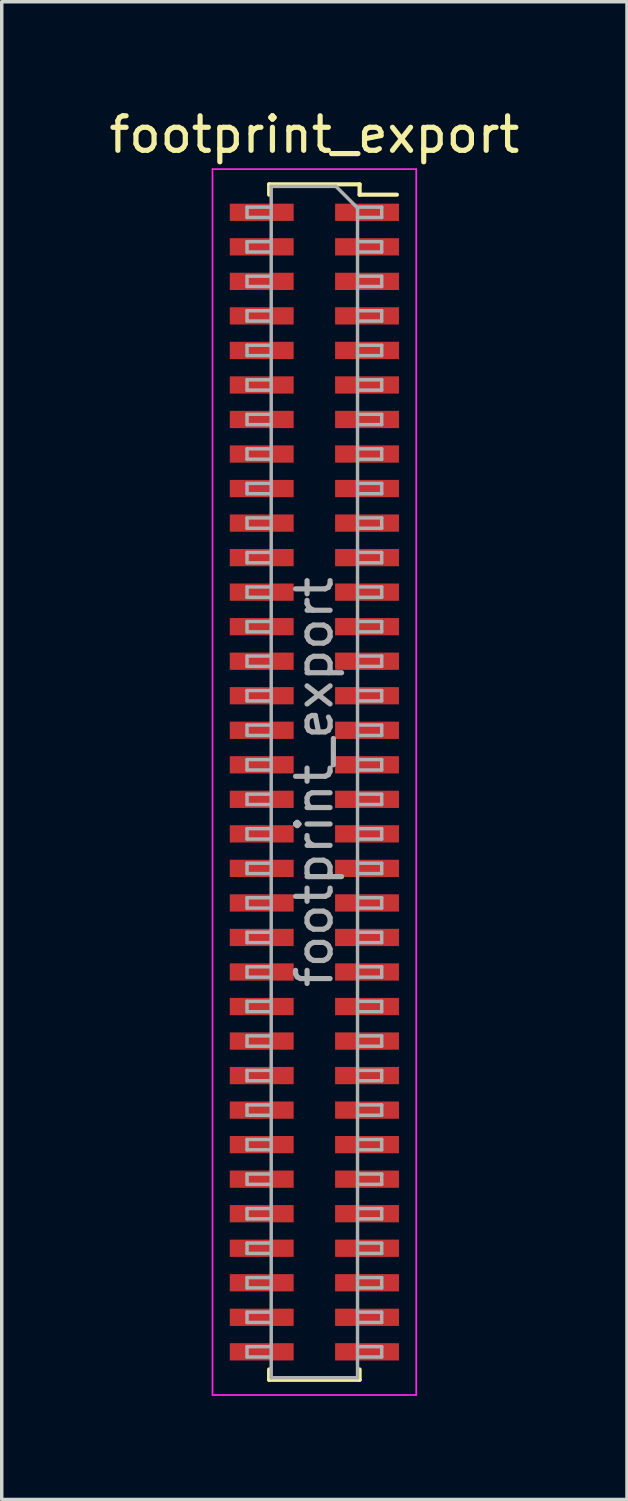
<source format=kicad_pcb>
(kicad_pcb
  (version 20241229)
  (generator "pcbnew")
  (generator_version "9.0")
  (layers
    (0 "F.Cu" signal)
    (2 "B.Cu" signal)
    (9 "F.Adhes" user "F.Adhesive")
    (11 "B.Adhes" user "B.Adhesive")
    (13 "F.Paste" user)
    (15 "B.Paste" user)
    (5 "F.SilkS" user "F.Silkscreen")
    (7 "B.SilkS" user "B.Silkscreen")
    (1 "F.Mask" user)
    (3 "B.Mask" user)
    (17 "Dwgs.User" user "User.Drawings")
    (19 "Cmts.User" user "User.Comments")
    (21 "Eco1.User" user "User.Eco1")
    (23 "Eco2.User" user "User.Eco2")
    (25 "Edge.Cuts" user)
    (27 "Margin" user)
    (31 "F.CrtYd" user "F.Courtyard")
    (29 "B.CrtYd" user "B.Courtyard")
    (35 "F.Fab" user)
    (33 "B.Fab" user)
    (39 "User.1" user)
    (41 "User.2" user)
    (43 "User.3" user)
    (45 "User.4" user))
  (footprint "footprint_export"
    (layer "F.Cu")
    (at 6.054 19.598)
    (property "Reference" "footprint_export" (at 0 -18.75 0) (layer "F.SilkS") (effects (font (size 1 1) (thickness 0.15))))
    (attr smd)
    (fp_line (start -1.31 -17.31) (end -1.31 -17.01) (stroke (width 0.12) (type solid)) (layer "F.SilkS"))
    (fp_line (start -1.31 -17.31) (end 1.31 -17.31) (stroke (width 0.12) (type solid)) (layer "F.SilkS"))
    (fp_line (start -1.31 17.01) (end -1.31 17.31) (stroke (width 0.12) (type solid)) (layer "F.SilkS"))
    (fp_line (start -1.31 17.31) (end 1.31 17.31) (stroke (width 0.12) (type solid)) (layer "F.SilkS"))
    (fp_line (start 1.31 -17.31) (end 1.31 -17.01) (stroke (width 0.12) (type solid)) (layer "F.SilkS"))
    (fp_line (start 1.31 -17.01) (end 2.39 -17.01) (stroke (width 0.12) (type solid)) (layer "F.SilkS"))
    (fp_line (start 1.31 17.01) (end 1.31 17.31) (stroke (width 0.12) (type solid)) (layer "F.SilkS"))
    (fp_line (start -2.95 -17.75) (end 2.95 -17.75) (stroke (width 0.05) (type solid)) (layer "F.CrtYd"))
    (fp_line (start -2.95 17.75) (end -2.95 -17.75) (stroke (width 0.05) (type solid)) (layer "F.CrtYd"))
    (fp_line (start 2.95 -17.75) (end 2.95 17.75) (stroke (width 0.05) (type solid)) (layer "F.CrtYd"))
    (fp_line (start 2.95 17.75) (end -2.95 17.75) (stroke (width 0.05) (type solid)) (layer "F.CrtYd"))
    (fp_line (start -1.95 -16.65) (end -1.25 -16.65) (stroke (width 0.1) (type solid)) (layer "F.Fab"))
    (fp_line (start -1.95 -16.35) (end -1.95 -16.65) (stroke (width 0.1) (type solid)) (layer "F.Fab"))
    (fp_line (start -1.95 -15.65) (end -1.25 -15.65) (stroke (width 0.1) (type solid)) (layer "F.Fab"))
    (fp_line (start -1.95 -15.35) (end -1.95 -15.65) (stroke (width 0.1) (type solid)) (layer "F.Fab"))
    (fp_line (start -1.95 -14.65) (end -1.25 -14.65) (stroke (width 0.1) (type solid)) (layer "F.Fab"))
    (fp_line (start -1.95 -14.35) (end -1.95 -14.65) (stroke (width 0.1) (type solid)) (layer "F.Fab"))
    (fp_line (start -1.95 -13.65) (end -1.25 -13.65) (stroke (width 0.1) (type solid)) (layer "F.Fab"))
    (fp_line (start -1.95 -13.35) (end -1.95 -13.65) (stroke (width 0.1) (type solid)) (layer "F.Fab"))
    (fp_line (start -1.95 -12.65) (end -1.25 -12.65) (stroke (width 0.1) (type solid)) (layer "F.Fab"))
    (fp_line (start -1.95 -12.35) (end -1.95 -12.65) (stroke (width 0.1) (type solid)) (layer "F.Fab"))
    (fp_line (start -1.95 -11.65) (end -1.25 -11.65) (stroke (width 0.1) (type solid)) (layer "F.Fab"))
    (fp_line (start -1.95 -11.35) (end -1.95 -11.65) (stroke (width 0.1) (type solid)) (layer "F.Fab"))
    (fp_line (start -1.95 -10.65) (end -1.25 -10.65) (stroke (width 0.1) (type solid)) (layer "F.Fab"))
    (fp_line (start -1.95 -10.35) (end -1.95 -10.65) (stroke (width 0.1) (type solid)) (layer "F.Fab"))
    (fp_line (start -1.95 -9.65) (end -1.25 -9.65) (stroke (width 0.1) (type solid)) (layer "F.Fab"))
    (fp_line (start -1.95 -9.35) (end -1.95 -9.65) (stroke (width 0.1) (type solid)) (layer "F.Fab"))
    (fp_line (start -1.95 -8.65) (end -1.25 -8.65) (stroke (width 0.1) (type solid)) (layer "F.Fab"))
    (fp_line (start -1.95 -8.35) (end -1.95 -8.65) (stroke (width 0.1) (type solid)) (layer "F.Fab"))
    (fp_line (start -1.95 -7.65) (end -1.25 -7.65) (stroke (width 0.1) (type solid)) (layer "F.Fab"))
    (fp_line (start -1.95 -7.35) (end -1.95 -7.65) (stroke (width 0.1) (type solid)) (layer "F.Fab"))
    (fp_line (start -1.95 -6.65) (end -1.25 -6.65) (stroke (width 0.1) (type solid)) (layer "F.Fab"))
    (fp_line (start -1.95 -6.35) (end -1.95 -6.65) (stroke (width 0.1) (type solid)) (layer "F.Fab"))
    (fp_line (start -1.95 -5.65) (end -1.25 -5.65) (stroke (width 0.1) (type solid)) (layer "F.Fab"))
    (fp_line (start -1.95 -5.35) (end -1.95 -5.65) (stroke (width 0.1) (type solid)) (layer "F.Fab"))
    (fp_line (start -1.95 -4.65) (end -1.25 -4.65) (stroke (width 0.1) (type solid)) (layer "F.Fab"))
    (fp_line (start -1.95 -4.35) (end -1.95 -4.65) (stroke (width 0.1) (type solid)) (layer "F.Fab"))
    (fp_line (start -1.95 -3.65) (end -1.25 -3.65) (stroke (width 0.1) (type solid)) (layer "F.Fab"))
    (fp_line (start -1.95 -3.35) (end -1.95 -3.65) (stroke (width 0.1) (type solid)) (layer "F.Fab"))
    (fp_line (start -1.95 -2.65) (end -1.25 -2.65) (stroke (width 0.1) (type solid)) (layer "F.Fab"))
    (fp_line (start -1.95 -2.35) (end -1.95 -2.65) (stroke (width 0.1) (type solid)) (layer "F.Fab"))
    (fp_line (start -1.95 -1.65) (end -1.25 -1.65) (stroke (width 0.1) (type solid)) (layer "F.Fab"))
    (fp_line (start -1.95 -1.35) (end -1.95 -1.65) (stroke (width 0.1) (type solid)) (layer "F.Fab"))
    (fp_line (start -1.95 -0.65) (end -1.25 -0.65) (stroke (width 0.1) (type solid)) (layer "F.Fab"))
    (fp_line (start -1.95 -0.35) (end -1.95 -0.65) (stroke (width 0.1) (type solid)) (layer "F.Fab"))
    (fp_line (start -1.95 0.35) (end -1.25 0.35) (stroke (width 0.1) (type solid)) (layer "F.Fab"))
    (fp_line (start -1.95 0.65) (end -1.95 0.35) (stroke (width 0.1) (type solid)) (layer "F.Fab"))
    (fp_line (start -1.95 1.35) (end -1.25 1.35) (stroke (width 0.1) (type solid)) (layer "F.Fab"))
    (fp_line (start -1.95 1.65) (end -1.95 1.35) (stroke (width 0.1) (type solid)) (layer "F.Fab"))
    (fp_line (start -1.95 2.35) (end -1.25 2.35) (stroke (width 0.1) (type solid)) (layer "F.Fab"))
    (fp_line (start -1.95 2.65) (end -1.95 2.35) (stroke (width 0.1) (type solid)) (layer "F.Fab"))
    (fp_line (start -1.95 3.35) (end -1.25 3.35) (stroke (width 0.1) (type solid)) (layer "F.Fab"))
    (fp_line (start -1.95 3.65) (end -1.95 3.35) (stroke (width 0.1) (type solid)) (layer "F.Fab"))
    (fp_line (start -1.95 4.35) (end -1.25 4.35) (stroke (width 0.1) (type solid)) (layer "F.Fab"))
    (fp_line (start -1.95 4.65) (end -1.95 4.35) (stroke (width 0.1) (type solid)) (layer "F.Fab"))
    (fp_line (start -1.95 5.35) (end -1.25 5.35) (stroke (width 0.1) (type solid)) (layer "F.Fab"))
    (fp_line (start -1.95 5.65) (end -1.95 5.35) (stroke (width 0.1) (type solid)) (layer "F.Fab"))
    (fp_line (start -1.95 6.35) (end -1.25 6.35) (stroke (width 0.1) (type solid)) (layer "F.Fab"))
    (fp_line (start -1.95 6.65) (end -1.95 6.35) (stroke (width 0.1) (type solid)) (layer "F.Fab"))
    (fp_line (start -1.95 7.35) (end -1.25 7.35) (stroke (width 0.1) (type solid)) (layer "F.Fab"))
    (fp_line (start -1.95 7.65) (end -1.95 7.35) (stroke (width 0.1) (type solid)) (layer "F.Fab"))
    (fp_line (start -1.95 8.35) (end -1.25 8.35) (stroke (width 0.1) (type solid)) (layer "F.Fab"))
    (fp_line (start -1.95 8.65) (end -1.95 8.35) (stroke (width 0.1) (type solid)) (layer "F.Fab"))
    (fp_line (start -1.95 9.35) (end -1.25 9.35) (stroke (width 0.1) (type solid)) (layer "F.Fab"))
    (fp_line (start -1.95 9.65) (end -1.95 9.35) (stroke (width 0.1) (type solid)) (layer "F.Fab"))
    (fp_line (start -1.95 10.35) (end -1.25 10.35) (stroke (width 0.1) (type solid)) (layer "F.Fab"))
    (fp_line (start -1.95 10.65) (end -1.95 10.35) (stroke (width 0.1) (type solid)) (layer "F.Fab"))
    (fp_line (start -1.95 11.35) (end -1.25 11.35) (stroke (width 0.1) (type solid)) (layer "F.Fab"))
    (fp_line (start -1.95 11.65) (end -1.95 11.35) (stroke (width 0.1) (type solid)) (layer "F.Fab"))
    (fp_line (start -1.95 12.35) (end -1.25 12.35) (stroke (width 0.1) (type solid)) (layer "F.Fab"))
    (fp_line (start -1.95 12.65) (end -1.95 12.35) (stroke (width 0.1) (type solid)) (layer "F.Fab"))
    (fp_line (start -1.95 13.35) (end -1.25 13.35) (stroke (width 0.1) (type solid)) (layer "F.Fab"))
    (fp_line (start -1.95 13.65) (end -1.95 13.35) (stroke (width 0.1) (type solid)) (layer "F.Fab"))
    (fp_line (start -1.95 14.35) (end -1.25 14.35) (stroke (width 0.1) (type solid)) (layer "F.Fab"))
    (fp_line (start -1.95 14.65) (end -1.95 14.35) (stroke (width 0.1) (type solid)) (layer "F.Fab"))
    (fp_line (start -1.95 15.35) (end -1.25 15.35) (stroke (width 0.1) (type solid)) (layer "F.Fab"))
    (fp_line (start -1.95 15.65) (end -1.95 15.35) (stroke (width 0.1) (type solid)) (layer "F.Fab"))
    (fp_line (start -1.95 16.35) (end -1.25 16.35) (stroke (width 0.1) (type solid)) (layer "F.Fab"))
    (fp_line (start -1.95 16.65) (end -1.95 16.35) (stroke (width 0.1) (type solid)) (layer "F.Fab"))
    (fp_line (start -1.25 -17.25) (end 0.625 -17.25) (stroke (width 0.1) (type solid)) (layer "F.Fab"))
    (fp_line (start -1.25 -16.35) (end -1.95 -16.35) (stroke (width 0.1) (type solid)) (layer "F.Fab"))
    (fp_line (start -1.25 -15.35) (end -1.95 -15.35) (stroke (width 0.1) (type solid)) (layer "F.Fab"))
    (fp_line (start -1.25 -14.35) (end -1.95 -14.35) (stroke (width 0.1) (type solid)) (layer "F.Fab"))
    (fp_line (start -1.25 -13.35) (end -1.95 -13.35) (stroke (width 0.1) (type solid)) (layer "F.Fab"))
    (fp_line (start -1.25 -12.35) (end -1.95 -12.35) (stroke (width 0.1) (type solid)) (layer "F.Fab"))
    (fp_line (start -1.25 -11.35) (end -1.95 -11.35) (stroke (width 0.1) (type solid)) (layer "F.Fab"))
    (fp_line (start -1.25 -10.35) (end -1.95 -10.35) (stroke (width 0.1) (type solid)) (layer "F.Fab"))
    (fp_line (start -1.25 -9.35) (end -1.95 -9.35) (stroke (width 0.1) (type solid)) (layer "F.Fab"))
    (fp_line (start -1.25 -8.35) (end -1.95 -8.35) (stroke (width 0.1) (type solid)) (layer "F.Fab"))
    (fp_line (start -1.25 -7.35) (end -1.95 -7.35) (stroke (width 0.1) (type solid)) (layer "F.Fab"))
    (fp_line (start -1.25 -6.35) (end -1.95 -6.35) (stroke (width 0.1) (type solid)) (layer "F.Fab"))
    (fp_line (start -1.25 -5.35) (end -1.95 -5.35) (stroke (width 0.1) (type solid)) (layer "F.Fab"))
    (fp_line (start -1.25 -4.35) (end -1.95 -4.35) (stroke (width 0.1) (type solid)) (layer "F.Fab"))
    (fp_line (start -1.25 -3.35) (end -1.95 -3.35) (stroke (width 0.1) (type solid)) (layer "F.Fab"))
    (fp_line (start -1.25 -2.35) (end -1.95 -2.35) (stroke (width 0.1) (type solid)) (layer "F.Fab"))
    (fp_line (start -1.25 -1.35) (end -1.95 -1.35) (stroke (width 0.1) (type solid)) (layer "F.Fab"))
    (fp_line (start -1.25 -0.35) (end -1.95 -0.35) (stroke (width 0.1) (type solid)) (layer "F.Fab"))
    (fp_line (start -1.25 0.65) (end -1.95 0.65) (stroke (width 0.1) (type solid)) (layer "F.Fab"))
    (fp_line (start -1.25 1.65) (end -1.95 1.65) (stroke (width 0.1) (type solid)) (layer "F.Fab"))
    (fp_line (start -1.25 2.65) (end -1.95 2.65) (stroke (width 0.1) (type solid)) (layer "F.Fab"))
    (fp_line (start -1.25 3.65) (end -1.95 3.65) (stroke (width 0.1) (type solid)) (layer "F.Fab"))
    (fp_line (start -1.25 4.65) (end -1.95 4.65) (stroke (width 0.1) (type solid)) (layer "F.Fab"))
    (fp_line (start -1.25 5.65) (end -1.95 5.65) (stroke (width 0.1) (type solid)) (layer "F.Fab"))
    (fp_line (start -1.25 6.65) (end -1.95 6.65) (stroke (width 0.1) (type solid)) (layer "F.Fab"))
    (fp_line (start -1.25 7.65) (end -1.95 7.65) (stroke (width 0.1) (type solid)) (layer "F.Fab"))
    (fp_line (start -1.25 8.65) (end -1.95 8.65) (stroke (width 0.1) (type solid)) (layer "F.Fab"))
    (fp_line (start -1.25 9.65) (end -1.95 9.65) (stroke (width 0.1) (type solid)) (layer "F.Fab"))
    (fp_line (start -1.25 10.65) (end -1.95 10.65) (stroke (width 0.1) (type solid)) (layer "F.Fab"))
    (fp_line (start -1.25 11.65) (end -1.95 11.65) (stroke (width 0.1) (type solid)) (layer "F.Fab"))
    (fp_line (start -1.25 12.65) (end -1.95 12.65) (stroke (width 0.1) (type solid)) (layer "F.Fab"))
    (fp_line (start -1.25 13.65) (end -1.95 13.65) (stroke (width 0.1) (type solid)) (layer "F.Fab"))
    (fp_line (start -1.25 14.65) (end -1.95 14.65) (stroke (width 0.1) (type solid)) (layer "F.Fab"))
    (fp_line (start -1.25 15.65) (end -1.95 15.65) (stroke (width 0.1) (type solid)) (layer "F.Fab"))
    (fp_line (start -1.25 16.65) (end -1.95 16.65) (stroke (width 0.1) (type solid)) (layer "F.Fab"))
    (fp_line (start -1.25 17.25) (end -1.25 -17.25) (stroke (width 0.1) (type solid)) (layer "F.Fab"))
    (fp_line (start 0.625 -17.25) (end 1.25 -16.625) (stroke (width 0.1) (type solid)) (layer "F.Fab"))
    (fp_line (start 1.25 -16.65) (end 1.95 -16.65) (stroke (width 0.1) (type solid)) (layer "F.Fab"))
    (fp_line (start 1.25 -16.625) (end 1.25 17.25) (stroke (width 0.1) (type solid)) (layer "F.Fab"))
    (fp_line (start 1.25 -15.65) (end 1.95 -15.65) (stroke (width 0.1) (type solid)) (layer "F.Fab"))
    (fp_line (start 1.25 -14.65) (end 1.95 -14.65) (stroke (width 0.1) (type solid)) (layer "F.Fab"))
    (fp_line (start 1.25 -13.65) (end 1.95 -13.65) (stroke (width 0.1) (type solid)) (layer "F.Fab"))
    (fp_line (start 1.25 -12.65) (end 1.95 -12.65) (stroke (width 0.1) (type solid)) (layer "F.Fab"))
    (fp_line (start 1.25 -11.65) (end 1.95 -11.65) (stroke (width 0.1) (type solid)) (layer "F.Fab"))
    (fp_line (start 1.25 -10.65) (end 1.95 -10.65) (stroke (width 0.1) (type solid)) (layer "F.Fab"))
    (fp_line (start 1.25 -9.65) (end 1.95 -9.65) (stroke (width 0.1) (type solid)) (layer "F.Fab"))
    (fp_line (start 1.25 -8.65) (end 1.95 -8.65) (stroke (width 0.1) (type solid)) (layer "F.Fab"))
    (fp_line (start 1.25 -7.65) (end 1.95 -7.65) (stroke (width 0.1) (type solid)) (layer "F.Fab"))
    (fp_line (start 1.25 -6.65) (end 1.95 -6.65) (stroke (width 0.1) (type solid)) (layer "F.Fab"))
    (fp_line (start 1.25 -5.65) (end 1.95 -5.65) (stroke (width 0.1) (type solid)) (layer "F.Fab"))
    (fp_line (start 1.25 -4.65) (end 1.95 -4.65) (stroke (width 0.1) (type solid)) (layer "F.Fab"))
    (fp_line (start 1.25 -3.65) (end 1.95 -3.65) (stroke (width 0.1) (type solid)) (layer "F.Fab"))
    (fp_line (start 1.25 -2.65) (end 1.95 -2.65) (stroke (width 0.1) (type solid)) (layer "F.Fab"))
    (fp_line (start 1.25 -1.65) (end 1.95 -1.65) (stroke (width 0.1) (type solid)) (layer "F.Fab"))
    (fp_line (start 1.25 -0.65) (end 1.95 -0.65) (stroke (width 0.1) (type solid)) (layer "F.Fab"))
    (fp_line (start 1.25 0.35) (end 1.95 0.35) (stroke (width 0.1) (type solid)) (layer "F.Fab"))
    (fp_line (start 1.25 1.35) (end 1.95 1.35) (stroke (width 0.1) (type solid)) (layer "F.Fab"))
    (fp_line (start 1.25 2.35) (end 1.95 2.35) (stroke (width 0.1) (type solid)) (layer "F.Fab"))
    (fp_line (start 1.25 3.35) (end 1.95 3.35) (stroke (width 0.1) (type solid)) (layer "F.Fab"))
    (fp_line (start 1.25 4.35) (end 1.95 4.35) (stroke (width 0.1) (type solid)) (layer "F.Fab"))
    (fp_line (start 1.25 5.35) (end 1.95 5.35) (stroke (width 0.1) (type solid)) (layer "F.Fab"))
    (fp_line (start 1.25 6.35) (end 1.95 6.35) (stroke (width 0.1) (type solid)) (layer "F.Fab"))
    (fp_line (start 1.25 7.35) (end 1.95 7.35) (stroke (width 0.1) (type solid)) (layer "F.Fab"))
    (fp_line (start 1.25 8.35) (end 1.95 8.35) (stroke (width 0.1) (type solid)) (layer "F.Fab"))
    (fp_line (start 1.25 9.35) (end 1.95 9.35) (stroke (width 0.1) (type solid)) (layer "F.Fab"))
    (fp_line (start 1.25 10.35) (end 1.95 10.35) (stroke (width 0.1) (type solid)) (layer "F.Fab"))
    (fp_line (start 1.25 11.35) (end 1.95 11.35) (stroke (width 0.1) (type solid)) (layer "F.Fab"))
    (fp_line (start 1.25 12.35) (end 1.95 12.35) (stroke (width 0.1) (type solid)) (layer "F.Fab"))
    (fp_line (start 1.25 13.35) (end 1.95 13.35) (stroke (width 0.1) (type solid)) (layer "F.Fab"))
    (fp_line (start 1.25 14.35) (end 1.95 14.35) (stroke (width 0.1) (type solid)) (layer "F.Fab"))
    (fp_line (start 1.25 15.35) (end 1.95 15.35) (stroke (width 0.1) (type solid)) (layer "F.Fab"))
    (fp_line (start 1.25 16.35) (end 1.95 16.35) (stroke (width 0.1) (type solid)) (layer "F.Fab"))
    (fp_line (start 1.25 17.25) (end -1.25 17.25) (stroke (width 0.1) (type solid)) (layer "F.Fab"))
    (fp_line (start 1.95 -16.65) (end 1.95 -16.35) (stroke (width 0.1) (type solid)) (layer "F.Fab"))
    (fp_line (start 1.95 -16.35) (end 1.25 -16.35) (stroke (width 0.1) (type solid)) (layer "F.Fab"))
    (fp_line (start 1.95 -15.65) (end 1.95 -15.35) (stroke (width 0.1) (type solid)) (layer "F.Fab"))
    (fp_line (start 1.95 -15.35) (end 1.25 -15.35) (stroke (width 0.1) (type solid)) (layer "F.Fab"))
    (fp_line (start 1.95 -14.65) (end 1.95 -14.35) (stroke (width 0.1) (type solid)) (layer "F.Fab"))
    (fp_line (start 1.95 -14.35) (end 1.25 -14.35) (stroke (width 0.1) (type solid)) (layer "F.Fab"))
    (fp_line (start 1.95 -13.65) (end 1.95 -13.35) (stroke (width 0.1) (type solid)) (layer "F.Fab"))
    (fp_line (start 1.95 -13.35) (end 1.25 -13.35) (stroke (width 0.1) (type solid)) (layer "F.Fab"))
    (fp_line (start 1.95 -12.65) (end 1.95 -12.35) (stroke (width 0.1) (type solid)) (layer "F.Fab"))
    (fp_line (start 1.95 -12.35) (end 1.25 -12.35) (stroke (width 0.1) (type solid)) (layer "F.Fab"))
    (fp_line (start 1.95 -11.65) (end 1.95 -11.35) (stroke (width 0.1) (type solid)) (layer "F.Fab"))
    (fp_line (start 1.95 -11.35) (end 1.25 -11.35) (stroke (width 0.1) (type solid)) (layer "F.Fab"))
    (fp_line (start 1.95 -10.65) (end 1.95 -10.35) (stroke (width 0.1) (type solid)) (layer "F.Fab"))
    (fp_line (start 1.95 -10.35) (end 1.25 -10.35) (stroke (width 0.1) (type solid)) (layer "F.Fab"))
    (fp_line (start 1.95 -9.65) (end 1.95 -9.35) (stroke (width 0.1) (type solid)) (layer "F.Fab"))
    (fp_line (start 1.95 -9.35) (end 1.25 -9.35) (stroke (width 0.1) (type solid)) (layer "F.Fab"))
    (fp_line (start 1.95 -8.65) (end 1.95 -8.35) (stroke (width 0.1) (type solid)) (layer "F.Fab"))
    (fp_line (start 1.95 -8.35) (end 1.25 -8.35) (stroke (width 0.1) (type solid)) (layer "F.Fab"))
    (fp_line (start 1.95 -7.65) (end 1.95 -7.35) (stroke (width 0.1) (type solid)) (layer "F.Fab"))
    (fp_line (start 1.95 -7.35) (end 1.25 -7.35) (stroke (width 0.1) (type solid)) (layer "F.Fab"))
    (fp_line (start 1.95 -6.65) (end 1.95 -6.35) (stroke (width 0.1) (type solid)) (layer "F.Fab"))
    (fp_line (start 1.95 -6.35) (end 1.25 -6.35) (stroke (width 0.1) (type solid)) (layer "F.Fab"))
    (fp_line (start 1.95 -5.65) (end 1.95 -5.35) (stroke (width 0.1) (type solid)) (layer "F.Fab"))
    (fp_line (start 1.95 -5.35) (end 1.25 -5.35) (stroke (width 0.1) (type solid)) (layer "F.Fab"))
    (fp_line (start 1.95 -4.65) (end 1.95 -4.35) (stroke (width 0.1) (type solid)) (layer "F.Fab"))
    (fp_line (start 1.95 -4.35) (end 1.25 -4.35) (stroke (width 0.1) (type solid)) (layer "F.Fab"))
    (fp_line (start 1.95 -3.65) (end 1.95 -3.35) (stroke (width 0.1) (type solid)) (layer "F.Fab"))
    (fp_line (start 1.95 -3.35) (end 1.25 -3.35) (stroke (width 0.1) (type solid)) (layer "F.Fab"))
    (fp_line (start 1.95 -2.65) (end 1.95 -2.35) (stroke (width 0.1) (type solid)) (layer "F.Fab"))
    (fp_line (start 1.95 -2.35) (end 1.25 -2.35) (stroke (width 0.1) (type solid)) (layer "F.Fab"))
    (fp_line (start 1.95 -1.65) (end 1.95 -1.35) (stroke (width 0.1) (type solid)) (layer "F.Fab"))
    (fp_line (start 1.95 -1.35) (end 1.25 -1.35) (stroke (width 0.1) (type solid)) (layer "F.Fab"))
    (fp_line (start 1.95 -0.65) (end 1.95 -0.35) (stroke (width 0.1) (type solid)) (layer "F.Fab"))
    (fp_line (start 1.95 -0.35) (end 1.25 -0.35) (stroke (width 0.1) (type solid)) (layer "F.Fab"))
    (fp_line (start 1.95 0.35) (end 1.95 0.65) (stroke (width 0.1) (type solid)) (layer "F.Fab"))
    (fp_line (start 1.95 0.65) (end 1.25 0.65) (stroke (width 0.1) (type solid)) (layer "F.Fab"))
    (fp_line (start 1.95 1.35) (end 1.95 1.65) (stroke (width 0.1) (type solid)) (layer "F.Fab"))
    (fp_line (start 1.95 1.65) (end 1.25 1.65) (stroke (width 0.1) (type solid)) (layer "F.Fab"))
    (fp_line (start 1.95 2.35) (end 1.95 2.65) (stroke (width 0.1) (type solid)) (layer "F.Fab"))
    (fp_line (start 1.95 2.65) (end 1.25 2.65) (stroke (width 0.1) (type solid)) (layer "F.Fab"))
    (fp_line (start 1.95 3.35) (end 1.95 3.65) (stroke (width 0.1) (type solid)) (layer "F.Fab"))
    (fp_line (start 1.95 3.65) (end 1.25 3.65) (stroke (width 0.1) (type solid)) (layer "F.Fab"))
    (fp_line (start 1.95 4.35) (end 1.95 4.65) (stroke (width 0.1) (type solid)) (layer "F.Fab"))
    (fp_line (start 1.95 4.65) (end 1.25 4.65) (stroke (width 0.1) (type solid)) (layer "F.Fab"))
    (fp_line (start 1.95 5.35) (end 1.95 5.65) (stroke (width 0.1) (type solid)) (layer "F.Fab"))
    (fp_line (start 1.95 5.65) (end 1.25 5.65) (stroke (width 0.1) (type solid)) (layer "F.Fab"))
    (fp_line (start 1.95 6.35) (end 1.95 6.65) (stroke (width 0.1) (type solid)) (layer "F.Fab"))
    (fp_line (start 1.95 6.65) (end 1.25 6.65) (stroke (width 0.1) (type solid)) (layer "F.Fab"))
    (fp_line (start 1.95 7.35) (end 1.95 7.65) (stroke (width 0.1) (type solid)) (layer "F.Fab"))
    (fp_line (start 1.95 7.65) (end 1.25 7.65) (stroke (width 0.1) (type solid)) (layer "F.Fab"))
    (fp_line (start 1.95 8.35) (end 1.95 8.65) (stroke (width 0.1) (type solid)) (layer "F.Fab"))
    (fp_line (start 1.95 8.65) (end 1.25 8.65) (stroke (width 0.1) (type solid)) (layer "F.Fab"))
    (fp_line (start 1.95 9.35) (end 1.95 9.65) (stroke (width 0.1) (type solid)) (layer "F.Fab"))
    (fp_line (start 1.95 9.65) (end 1.25 9.65) (stroke (width 0.1) (type solid)) (layer "F.Fab"))
    (fp_line (start 1.95 10.35) (end 1.95 10.65) (stroke (width 0.1) (type solid)) (layer "F.Fab"))
    (fp_line (start 1.95 10.65) (end 1.25 10.65) (stroke (width 0.1) (type solid)) (layer "F.Fab"))
    (fp_line (start 1.95 11.35) (end 1.95 11.65) (stroke (width 0.1) (type solid)) (layer "F.Fab"))
    (fp_line (start 1.95 11.65) (end 1.25 11.65) (stroke (width 0.1) (type solid)) (layer "F.Fab"))
    (fp_line (start 1.95 12.35) (end 1.95 12.65) (stroke (width 0.1) (type solid)) (layer "F.Fab"))
    (fp_line (start 1.95 12.65) (end 1.25 12.65) (stroke (width 0.1) (type solid)) (layer "F.Fab"))
    (fp_line (start 1.95 13.35) (end 1.95 13.65) (stroke (width 0.1) (type solid)) (layer "F.Fab"))
    (fp_line (start 1.95 13.65) (end 1.25 13.65) (stroke (width 0.1) (type solid)) (layer "F.Fab"))
    (fp_line (start 1.95 14.35) (end 1.95 14.65) (stroke (width 0.1) (type solid)) (layer "F.Fab"))
    (fp_line (start 1.95 14.65) (end 1.25 14.65) (stroke (width 0.1) (type solid)) (layer "F.Fab"))
    (fp_line (start 1.95 15.35) (end 1.95 15.65) (stroke (width 0.1) (type solid)) (layer "F.Fab"))
    (fp_line (start 1.95 15.65) (end 1.25 15.65) (stroke (width 0.1) (type solid)) (layer "F.Fab"))
    (fp_line (start 1.95 16.35) (end 1.95 16.65) (stroke (width 0.1) (type solid)) (layer "F.Fab"))
    (fp_line (start 1.95 16.65) (end 1.25 16.65) (stroke (width 0.1) (type solid)) (layer "F.Fab"))
    (fp_text user "${REFERENCE}" (at 0 0 90) (layer "F.Fab") (effects (font (size 1 1) (thickness 0.15))))
    (pad "1" smd rect (at 1.525 -16.5) (size 1.85 0.5) (layers "F.Cu" "F.Mask" "F.Paste"))
    (pad "2" smd rect (at -1.525 -16.5) (size 1.85 0.5) (layers "F.Cu" "F.Mask" "F.Paste"))
    (pad "3" smd rect (at 1.525 -15.5) (size 1.85 0.5) (layers "F.Cu" "F.Mask" "F.Paste"))
    (pad "4" smd rect (at -1.525 -15.5) (size 1.85 0.5) (layers "F.Cu" "F.Mask" "F.Paste"))
    (pad "5" smd rect (at 1.525 -14.5) (size 1.85 0.5) (layers "F.Cu" "F.Mask" "F.Paste"))
    (pad "6" smd rect (at -1.525 -14.5) (size 1.85 0.5) (layers "F.Cu" "F.Mask" "F.Paste"))
    (pad "7" smd rect (at 1.525 -13.5) (size 1.85 0.5) (layers "F.Cu" "F.Mask" "F.Paste"))
    (pad "8" smd rect (at -1.525 -13.5) (size 1.85 0.5) (layers "F.Cu" "F.Mask" "F.Paste"))
    (pad "9" smd rect (at 1.525 -12.5) (size 1.85 0.5) (layers "F.Cu" "F.Mask" "F.Paste"))
    (pad "10" smd rect (at -1.525 -12.5) (size 1.85 0.5) (layers "F.Cu" "F.Mask" "F.Paste"))
    (pad "11" smd rect (at 1.525 -11.5) (size 1.85 0.5) (layers "F.Cu" "F.Mask" "F.Paste"))
    (pad "12" smd rect (at -1.525 -11.5) (size 1.85 0.5) (layers "F.Cu" "F.Mask" "F.Paste"))
    (pad "13" smd rect (at 1.525 -10.5) (size 1.85 0.5) (layers "F.Cu" "F.Mask" "F.Paste"))
    (pad "14" smd rect (at -1.525 -10.5) (size 1.85 0.5) (layers "F.Cu" "F.Mask" "F.Paste"))
    (pad "15" smd rect (at 1.525 -9.5) (size 1.85 0.5) (layers "F.Cu" "F.Mask" "F.Paste"))
    (pad "16" smd rect (at -1.525 -9.5) (size 1.85 0.5) (layers "F.Cu" "F.Mask" "F.Paste"))
    (pad "17" smd rect (at 1.525 -8.5) (size 1.85 0.5) (layers "F.Cu" "F.Mask" "F.Paste"))
    (pad "18" smd rect (at -1.525 -8.5) (size 1.85 0.5) (layers "F.Cu" "F.Mask" "F.Paste"))
    (pad "19" smd rect (at 1.525 -7.5) (size 1.85 0.5) (layers "F.Cu" "F.Mask" "F.Paste"))
    (pad "20" smd rect (at -1.525 -7.5) (size 1.85 0.5) (layers "F.Cu" "F.Mask" "F.Paste"))
    (pad "21" smd rect (at 1.525 -6.5) (size 1.85 0.5) (layers "F.Cu" "F.Mask" "F.Paste"))
    (pad "22" smd rect (at -1.525 -6.5) (size 1.85 0.5) (layers "F.Cu" "F.Mask" "F.Paste"))
    (pad "23" smd rect (at 1.525 -5.5) (size 1.85 0.5) (layers "F.Cu" "F.Mask" "F.Paste"))
    (pad "24" smd rect (at -1.525 -5.5) (size 1.85 0.5) (layers "F.Cu" "F.Mask" "F.Paste"))
    (pad "25" smd rect (at 1.525 -4.5) (size 1.85 0.5) (layers "F.Cu" "F.Mask" "F.Paste"))
    (pad "26" smd rect (at -1.525 -4.5) (size 1.85 0.5) (layers "F.Cu" "F.Mask" "F.Paste"))
    (pad "27" smd rect (at 1.525 -3.5) (size 1.85 0.5) (layers "F.Cu" "F.Mask" "F.Paste"))
    (pad "28" smd rect (at -1.525 -3.5) (size 1.85 0.5) (layers "F.Cu" "F.Mask" "F.Paste"))
    (pad "29" smd rect (at 1.525 -2.5) (size 1.85 0.5) (layers "F.Cu" "F.Mask" "F.Paste"))
    (pad "30" smd rect (at -1.525 -2.5) (size 1.85 0.5) (layers "F.Cu" "F.Mask" "F.Paste"))
    (pad "31" smd rect (at 1.525 -1.5) (size 1.85 0.5) (layers "F.Cu" "F.Mask" "F.Paste"))
    (pad "32" smd rect (at -1.525 -1.5) (size 1.85 0.5) (layers "F.Cu" "F.Mask" "F.Paste"))
    (pad "33" smd rect (at 1.525 -0.5) (size 1.85 0.5) (layers "F.Cu" "F.Mask" "F.Paste"))
    (pad "34" smd rect (at -1.525 -0.5) (size 1.85 0.5) (layers "F.Cu" "F.Mask" "F.Paste"))
    (pad "35" smd rect (at 1.525 0.5) (size 1.85 0.5) (layers "F.Cu" "F.Mask" "F.Paste"))
    (pad "36" smd rect (at -1.525 0.5) (size 1.85 0.5) (layers "F.Cu" "F.Mask" "F.Paste"))
    (pad "37" smd rect (at 1.525 1.5) (size 1.85 0.5) (layers "F.Cu" "F.Mask" "F.Paste"))
    (pad "38" smd rect (at -1.525 1.5) (size 1.85 0.5) (layers "F.Cu" "F.Mask" "F.Paste"))
    (pad "39" smd rect (at 1.525 2.5) (size 1.85 0.5) (layers "F.Cu" "F.Mask" "F.Paste"))
    (pad "40" smd rect (at -1.525 2.5) (size 1.85 0.5) (layers "F.Cu" "F.Mask" "F.Paste"))
    (pad "41" smd rect (at 1.525 3.5) (size 1.85 0.5) (layers "F.Cu" "F.Mask" "F.Paste"))
    (pad "42" smd rect (at -1.525 3.5) (size 1.85 0.5) (layers "F.Cu" "F.Mask" "F.Paste"))
    (pad "43" smd rect (at 1.525 4.5) (size 1.85 0.5) (layers "F.Cu" "F.Mask" "F.Paste"))
    (pad "44" smd rect (at -1.525 4.5) (size 1.85 0.5) (layers "F.Cu" "F.Mask" "F.Paste"))
    (pad "45" smd rect (at 1.525 5.5) (size 1.85 0.5) (layers "F.Cu" "F.Mask" "F.Paste"))
    (pad "46" smd rect (at -1.525 5.5) (size 1.85 0.5) (layers "F.Cu" "F.Mask" "F.Paste"))
    (pad "47" smd rect (at 1.525 6.5) (size 1.85 0.5) (layers "F.Cu" "F.Mask" "F.Paste"))
    (pad "48" smd rect (at -1.525 6.5) (size 1.85 0.5) (layers "F.Cu" "F.Mask" "F.Paste"))
    (pad "49" smd rect (at 1.525 7.5) (size 1.85 0.5) (layers "F.Cu" "F.Mask" "F.Paste"))
    (pad "50" smd rect (at -1.525 7.5) (size 1.85 0.5) (layers "F.Cu" "F.Mask" "F.Paste"))
    (pad "51" smd rect (at 1.525 8.5) (size 1.85 0.5) (layers "F.Cu" "F.Mask" "F.Paste"))
    (pad "52" smd rect (at -1.525 8.5) (size 1.85 0.5) (layers "F.Cu" "F.Mask" "F.Paste"))
    (pad "53" smd rect (at 1.525 9.5) (size 1.85 0.5) (layers "F.Cu" "F.Mask" "F.Paste"))
    (pad "54" smd rect (at -1.525 9.5) (size 1.85 0.5) (layers "F.Cu" "F.Mask" "F.Paste"))
    (pad "55" smd rect (at 1.525 10.5) (size 1.85 0.5) (layers "F.Cu" "F.Mask" "F.Paste"))
    (pad "56" smd rect (at -1.525 10.5) (size 1.85 0.5) (layers "F.Cu" "F.Mask" "F.Paste"))
    (pad "57" smd rect (at 1.525 11.5) (size 1.85 0.5) (layers "F.Cu" "F.Mask" "F.Paste"))
    (pad "58" smd rect (at -1.525 11.5) (size 1.85 0.5) (layers "F.Cu" "F.Mask" "F.Paste"))
    (pad "59" smd rect (at 1.525 12.5) (size 1.85 0.5) (layers "F.Cu" "F.Mask" "F.Paste"))
    (pad "60" smd rect (at -1.525 12.5) (size 1.85 0.5) (layers "F.Cu" "F.Mask" "F.Paste"))
    (pad "61" smd rect (at 1.525 13.5) (size 1.85 0.5) (layers "F.Cu" "F.Mask" "F.Paste"))
    (pad "62" smd rect (at -1.525 13.5) (size 1.85 0.5) (layers "F.Cu" "F.Mask" "F.Paste"))
    (pad "63" smd rect (at 1.525 14.5) (size 1.85 0.5) (layers "F.Cu" "F.Mask" "F.Paste"))
    (pad "64" smd rect (at -1.525 14.5) (size 1.85 0.5) (layers "F.Cu" "F.Mask" "F.Paste"))
    (pad "65" smd rect (at 1.525 15.5) (size 1.85 0.5) (layers "F.Cu" "F.Mask" "F.Paste"))
    (pad "66" smd rect (at -1.525 15.5) (size 1.85 0.5) (layers "F.Cu" "F.Mask" "F.Paste"))
    (pad "67" smd rect (at 1.525 16.5) (size 1.85 0.5) (layers "F.Cu" "F.Mask" "F.Paste"))
    (pad "68" smd rect (at -1.525 16.5) (size 1.85 0.5) (layers "F.Cu" "F.Mask" "F.Paste")))
  (gr_rect
    (start -3 -3)
    (end 15.107 40.373)
    (stroke (width 0.1) (type default))
    (fill no)
    (layer "Edge.Cuts")))
</source>
